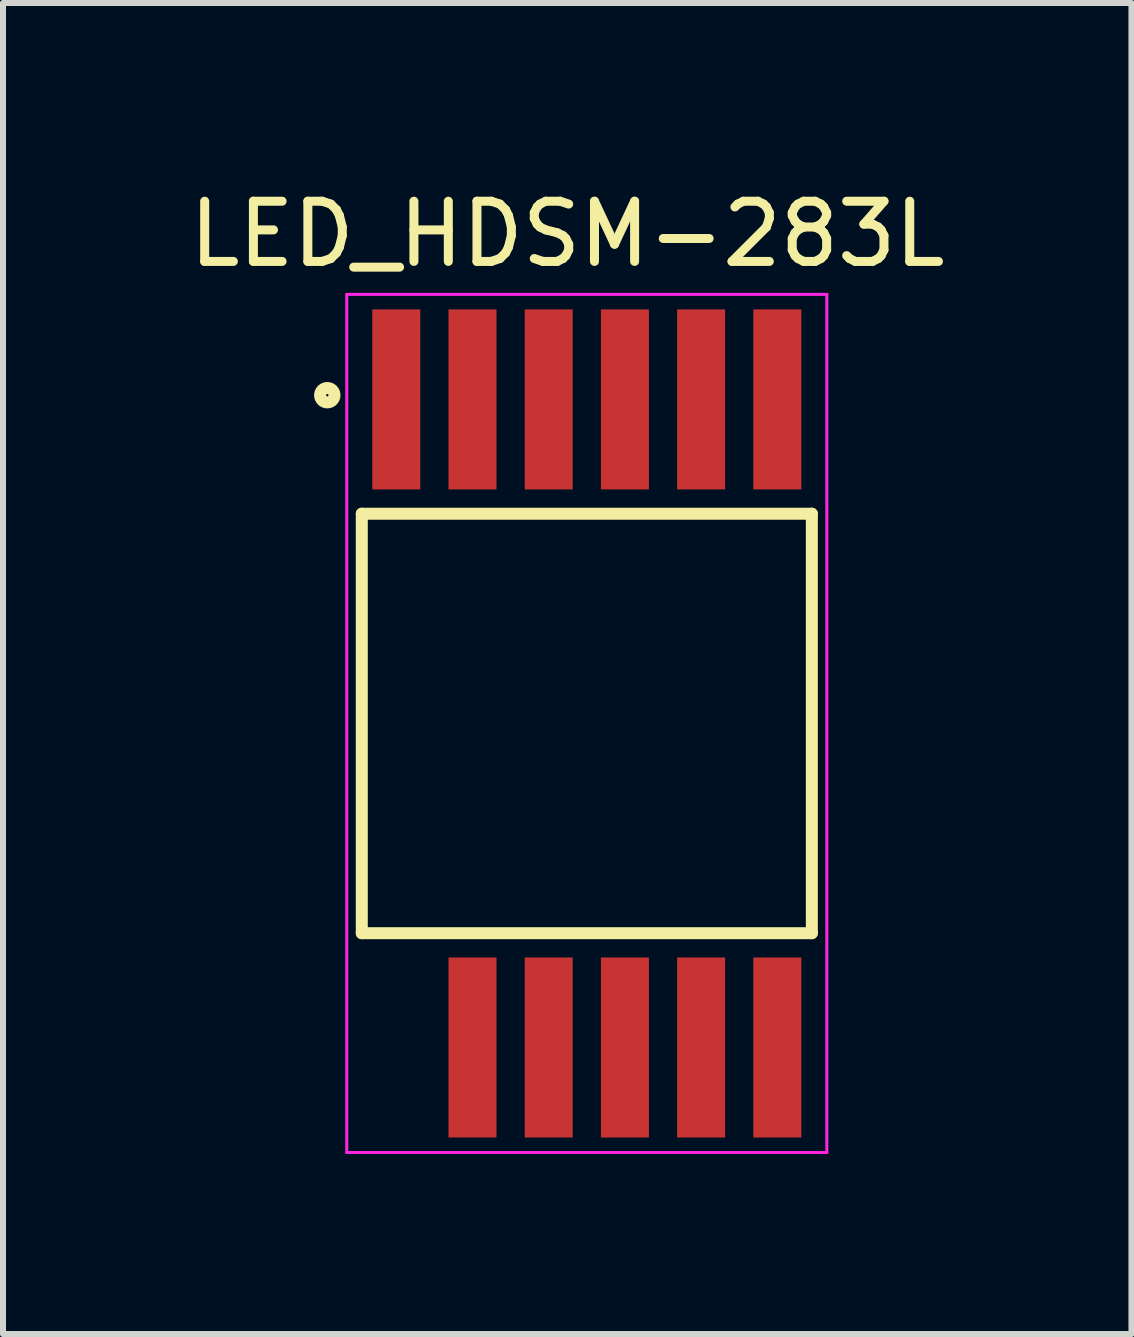
<source format=kicad_pcb>
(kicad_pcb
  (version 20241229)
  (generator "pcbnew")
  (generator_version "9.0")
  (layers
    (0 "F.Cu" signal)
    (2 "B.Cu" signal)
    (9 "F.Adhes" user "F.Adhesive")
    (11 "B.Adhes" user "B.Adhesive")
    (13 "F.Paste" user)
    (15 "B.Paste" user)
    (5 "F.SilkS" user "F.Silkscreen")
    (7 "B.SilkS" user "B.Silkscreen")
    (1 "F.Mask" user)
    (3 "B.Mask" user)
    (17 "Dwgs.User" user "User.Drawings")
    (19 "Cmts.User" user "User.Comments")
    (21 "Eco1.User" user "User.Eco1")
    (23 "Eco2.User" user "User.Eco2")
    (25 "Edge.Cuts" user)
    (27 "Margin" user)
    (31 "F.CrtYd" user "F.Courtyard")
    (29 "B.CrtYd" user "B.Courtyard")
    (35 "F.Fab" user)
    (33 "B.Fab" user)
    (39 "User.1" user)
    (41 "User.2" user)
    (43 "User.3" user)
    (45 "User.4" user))
  (footprint "LED_HDSM-283L"
    (layer "F.Cu")
    (at 6.729 9.006)
    (property "Reference" "LED_HDSM-283L" (at -0.326 -8.156 0) (layer "F.SilkS") (effects (font (size 1.003 1.003) (thickness 0.15))))
    (attr through_hole)
    (fp_line (start -3.75 -3.495) (end 3.75 -3.495) (stroke (width 0.2) (type solid)) (layer "F.SilkS"))
    (fp_line (start -3.75 3.495) (end -3.75 -3.495) (stroke (width 0.2) (type solid)) (layer "F.SilkS"))
    (fp_line (start 3.75 -3.495) (end 3.75 3.495) (stroke (width 0.2) (type solid)) (layer "F.SilkS"))
    (fp_line (start 3.75 3.495) (end -3.75 3.495) (stroke (width 0.2) (type solid)) (layer "F.SilkS"))
    (fp_circle (center -4.325 -5.47) (end -4.205 -5.47) (stroke (width 0.2) (type solid)) (fill no) (layer "F.SilkS"))
    (fp_line (start -4 -7.15) (end 4 -7.15) (stroke (width 0.05) (type solid)) (layer "F.CrtYd"))
    (fp_line (start -4 7.15) (end -4 -7.15) (stroke (width 0.05) (type solid)) (layer "F.CrtYd"))
    (fp_line (start 4 -7.15) (end 4 7.15) (stroke (width 0.05) (type solid)) (layer "F.CrtYd"))
    (fp_line (start 4 7.15) (end -4 7.15) (stroke (width 0.05) (type solid)) (layer "F.CrtYd"))
    (pad "1" smd rect (at -3.175 -5.4 270) (size 3 0.8) (layers "F.Cu" "F.Mask" "F.Paste"))
    (pad "2" smd rect (at -1.905 -5.4 270) (size 3 0.8) (layers "F.Cu" "F.Mask" "F.Paste"))
    (pad "3" smd rect (at -0.635 -5.4 270) (size 3 0.8) (layers "F.Cu" "F.Mask" "F.Paste"))
    (pad "4" smd rect (at 0.635 -5.4 270) (size 3 0.8) (layers "F.Cu" "F.Mask" "F.Paste"))
    (pad "5" smd rect (at 1.905 -5.4 270) (size 3 0.8) (layers "F.Cu" "F.Mask" "F.Paste"))
    (pad "6" smd rect (at 3.175 -5.4 270) (size 3 0.8) (layers "F.Cu" "F.Mask" "F.Paste"))
    (pad "7" smd rect (at 3.175 5.4 270) (size 3 0.8) (layers "F.Cu" "F.Mask" "F.Paste"))
    (pad "8" smd rect (at 1.905 5.4 270) (size 3 0.8) (layers "F.Cu" "F.Mask" "F.Paste"))
    (pad "9" smd rect (at 0.635 5.4 270) (size 3 0.8) (layers "F.Cu" "F.Mask" "F.Paste"))
    (pad "10" smd rect (at -0.635 5.4 270) (size 3 0.8) (layers "F.Cu" "F.Mask" "F.Paste"))
    (pad "11" smd rect (at -1.905 5.4 270) (size 3 0.8) (layers "F.Cu" "F.Mask" "F.Paste")))
  (gr_rect
    (start -3 -3)
    (end 15.805 19.181)
    (stroke (width 0.1) (type default))
    (fill no)
    (layer "Edge.Cuts")))
</source>
